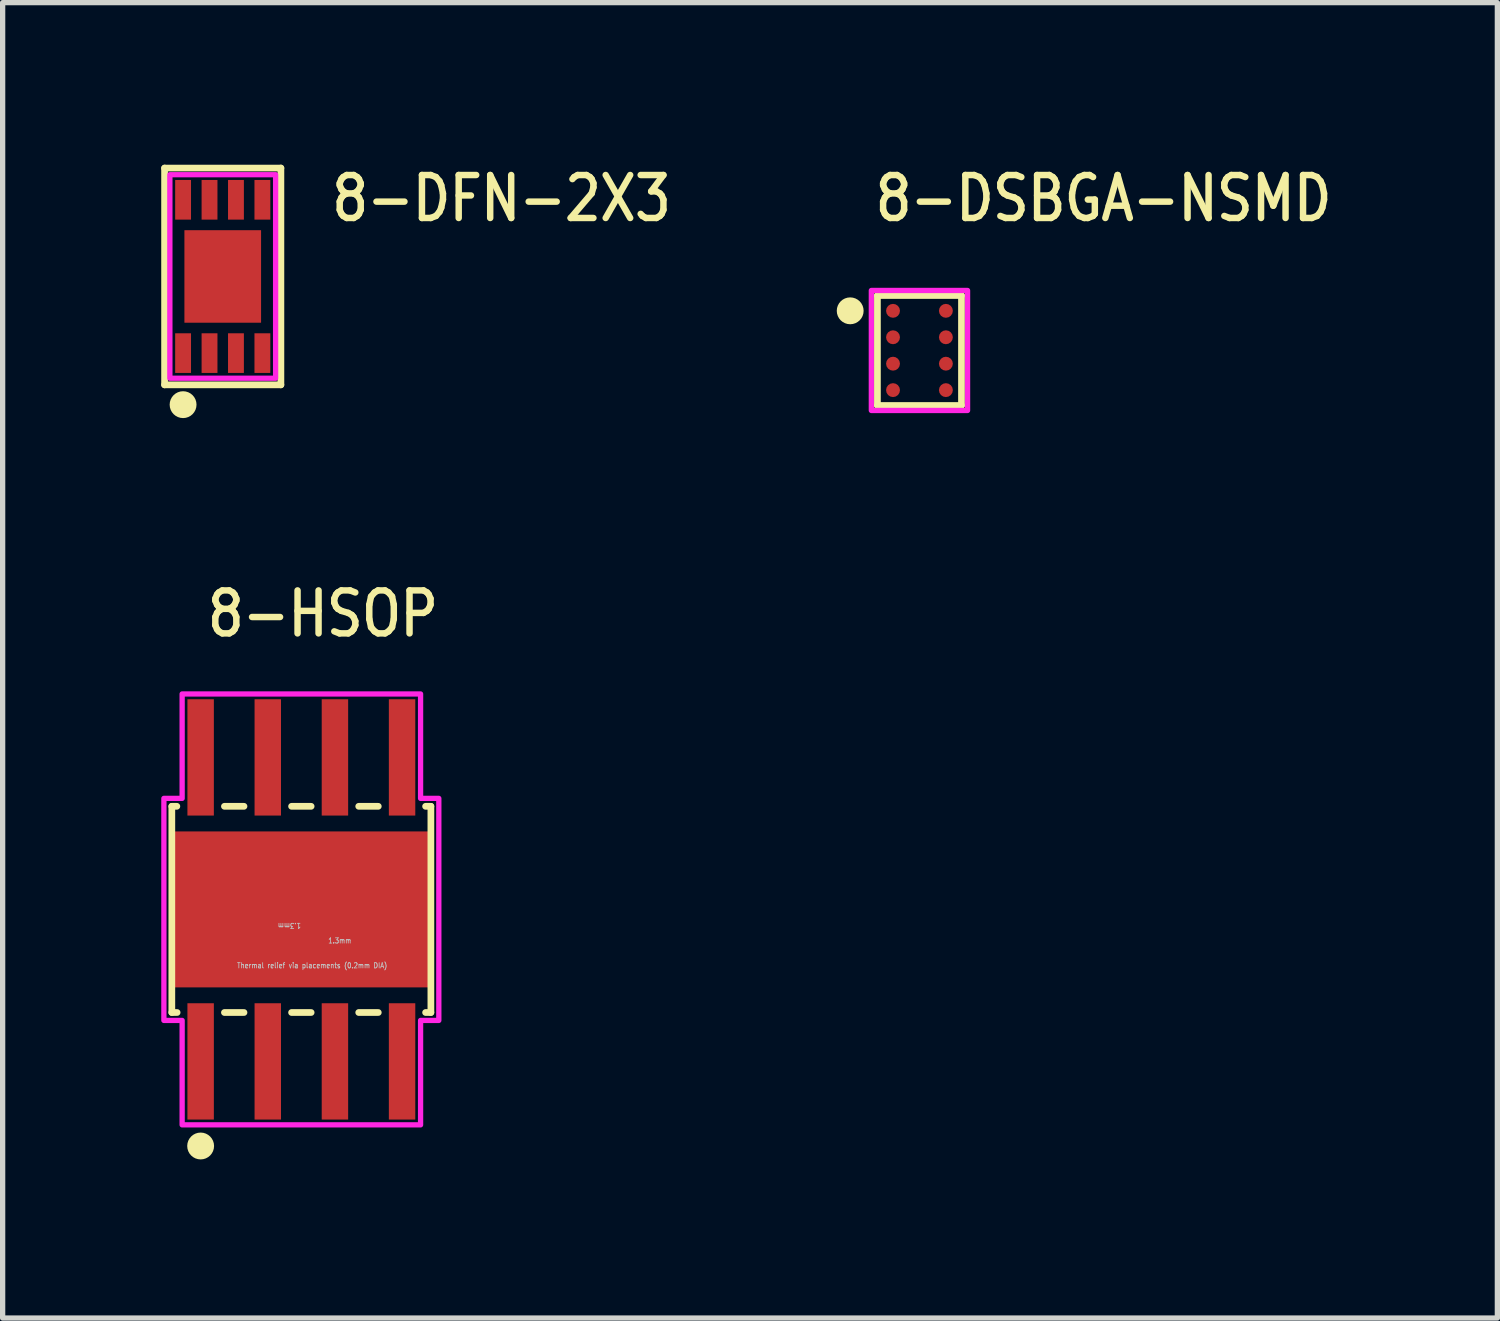
<source format=kicad_pcb>
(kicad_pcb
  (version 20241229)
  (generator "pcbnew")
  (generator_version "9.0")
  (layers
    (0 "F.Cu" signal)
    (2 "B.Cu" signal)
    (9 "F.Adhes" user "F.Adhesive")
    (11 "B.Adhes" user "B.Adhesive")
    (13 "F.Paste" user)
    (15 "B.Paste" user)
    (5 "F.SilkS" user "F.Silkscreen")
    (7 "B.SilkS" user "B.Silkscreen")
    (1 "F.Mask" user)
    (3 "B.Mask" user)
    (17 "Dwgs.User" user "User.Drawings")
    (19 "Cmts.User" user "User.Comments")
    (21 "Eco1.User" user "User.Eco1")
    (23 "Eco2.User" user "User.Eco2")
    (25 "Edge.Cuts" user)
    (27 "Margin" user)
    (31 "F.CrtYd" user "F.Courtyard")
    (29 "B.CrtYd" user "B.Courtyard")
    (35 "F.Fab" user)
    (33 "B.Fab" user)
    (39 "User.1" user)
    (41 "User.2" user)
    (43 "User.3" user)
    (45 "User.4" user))
  (footprint "8-DFN-2X3"
    (layer "F.Cu")
    (at 1.163 2.179)
    (property "Reference" "8-DFN-2X3" (at 2 -1 0) (unlocked yes) (layer "F.SilkS") (effects (font (size 0.813 0.695) (thickness 0.122)) (justify left bottom)))
    (fp_line (start -1.1 -2.05) (end 1.1 -2.05) (stroke (width 0.127) (type solid)) (layer "F.SilkS"))
    (fp_line (start -1.1 2.05) (end -1.1 -2.05) (stroke (width 0.127) (type solid)) (layer "F.SilkS"))
    (fp_line (start 1.1 -2.05) (end 1.1 2.05) (stroke (width 0.127) (type solid)) (layer "F.SilkS"))
    (fp_line (start 1.1 2.05) (end -1.1 2.05) (stroke (width 0.127) (type solid)) (layer "F.SilkS"))
    (fp_circle (center -0.75 2.425) (end -0.496 2.425) (stroke (width 0) (type solid)) (fill yes) (layer "F.SilkS"))
    (fp_poly (pts (xy -1 -1.925) (xy 1 -1.925) (xy 1 1.925) (xy -1 1.925)) (stroke (width 0.1) (type solid)) (fill no) (layer "F.CrtYd"))
    (pad "1" smd rect (at -0.75 1.45) (size 0.3 0.75) (layers "F.Cu" "F.Mask" "F.Paste"))
    (pad "2" smd rect (at -0.25 1.45) (size 0.3 0.75) (layers "F.Cu" "F.Mask" "F.Paste"))
    (pad "3" smd rect (at 0.25 1.45) (size 0.3 0.75) (layers "F.Cu" "F.Mask" "F.Paste"))
    (pad "4" smd rect (at 0.75 1.45) (size 0.3 0.75) (layers "F.Cu" "F.Mask" "F.Paste"))
    (pad "5" smd rect (at 0.75 -1.45) (size 0.3 0.75) (layers "F.Cu" "F.Mask" "F.Paste"))
    (pad "6" smd rect (at 0.25 -1.45) (size 0.3 0.75) (layers "F.Cu" "F.Mask" "F.Paste"))
    (pad "7" smd rect (at -0.25 -1.45) (size 0.3 0.75) (layers "F.Cu" "F.Mask" "F.Paste"))
    (pad "8" smd rect (at -0.75 -1.45) (size 0.3 0.75) (layers "F.Cu" "F.Mask" "F.Paste"))
    (pad "9" smd rect (at 0 0) (size 1.45 1.75) (layers "F.Cu" "F.Mask" "F.Paste")))
  (footprint "8-DSBGA-NSMD"
    (layer "F.Cu")
    (at 14.341 3.579)
    (property "Reference" "8-DSBGA-NSMD" (at -0.9 -2.4 0) (unlocked yes) (layer "F.SilkS") (effects (font (size 0.813 0.695) (thickness 0.122)) (justify left bottom)))
    (fp_circle (center -0.5 -0.75) (end -0.319 -0.75) (stroke (width 0) (type solid)) (fill yes) (layer "F.Mask"))
    (fp_circle (center -0.5 -0.25) (end -0.319 -0.25) (stroke (width 0) (type solid)) (fill yes) (layer "F.Mask"))
    (fp_circle (center -0.5 0.25) (end -0.319 0.25) (stroke (width 0) (type solid)) (fill yes) (layer "F.Mask"))
    (fp_circle (center -0.5 0.75) (end -0.319 0.75) (stroke (width 0) (type solid)) (fill yes) (layer "F.Mask"))
    (fp_circle (center 0.5 -0.75) (end 0.681 -0.75) (stroke (width 0) (type solid)) (fill yes) (layer "F.Mask"))
    (fp_circle (center 0.5 -0.25) (end 0.681 -0.25) (stroke (width 0) (type solid)) (fill yes) (layer "F.Mask"))
    (fp_circle (center 0.5 0.25) (end 0.681 0.25) (stroke (width 0) (type solid)) (fill yes) (layer "F.Mask"))
    (fp_circle (center 0.5 0.75) (end 0.681 0.75) (stroke (width 0) (type solid)) (fill yes) (layer "F.Mask"))
    (fp_line (start -0.795 -1.04) (end -0.795 1.04) (stroke (width 0.127) (type solid)) (layer "F.SilkS"))
    (fp_line (start -0.795 -1.04) (end 0.795 -1.04) (stroke (width 0.127) (type solid)) (layer "F.SilkS"))
    (fp_line (start -0.795 1.04) (end 0.795 1.04) (stroke (width 0.127) (type solid)) (layer "F.SilkS"))
    (fp_line (start 0.795 -1.04) (end 0.795 1.04) (stroke (width 0.127) (type solid)) (layer "F.SilkS"))
    (fp_circle (center -1.31 -0.75) (end -1.056 -0.75) (stroke (width 0) (type solid)) (fill yes) (layer "F.SilkS"))
    (fp_circle (center -0.5 -0.75) (end -0.375 -0.75) (stroke (width 0) (type solid)) (fill yes) (layer "F.Paste"))
    (fp_circle (center -0.5 -0.25) (end -0.375 -0.25) (stroke (width 0) (type solid)) (fill yes) (layer "F.Paste"))
    (fp_circle (center -0.5 0.25) (end -0.375 0.25) (stroke (width 0) (type solid)) (fill yes) (layer "F.Paste"))
    (fp_circle (center -0.5 0.75) (end -0.375 0.75) (stroke (width 0) (type solid)) (fill yes) (layer "F.Paste"))
    (fp_circle (center 0.5 -0.75) (end 0.625 -0.75) (stroke (width 0) (type solid)) (fill yes) (layer "F.Paste"))
    (fp_circle (center 0.5 -0.25) (end 0.625 -0.25) (stroke (width 0) (type solid)) (fill yes) (layer "F.Paste"))
    (fp_circle (center 0.5 0.25) (end 0.625 0.25) (stroke (width 0) (type solid)) (fill yes) (layer "F.Paste"))
    (fp_circle (center 0.5 0.75) (end 0.625 0.75) (stroke (width 0) (type solid)) (fill yes) (layer "F.Paste"))
    (fp_poly (pts (xy -0.91 -1.135) (xy 0.91 -1.135) (xy 0.91 1.135) (xy -0.91 1.135)) (stroke (width 0.1) (type solid)) (fill no) (layer "F.CrtYd"))
    (pad "P_A1" smd roundrect (at -0.5 -0.75) (size 0.263 0.263) (layers "F.Cu") (roundrect_rratio 0.5))
    (pad "P_A2" smd roundrect (at 0.5 -0.75) (size 0.263 0.263) (layers "F.Cu") (roundrect_rratio 0.5))
    (pad "P_B1" smd roundrect (at -0.5 -0.25) (size 0.263 0.263) (layers "F.Cu") (roundrect_rratio 0.5))
    (pad "P_B2" smd roundrect (at 0.5 -0.25) (size 0.263 0.263) (layers "F.Cu") (roundrect_rratio 0.5))
    (pad "P_C1" smd roundrect (at -0.5 0.25) (size 0.263 0.263) (layers "F.Cu") (roundrect_rratio 0.5))
    (pad "P_C2" smd roundrect (at 0.5 0.25) (size 0.263 0.263) (layers "F.Cu") (roundrect_rratio 0.5))
    (pad "P_D1" smd roundrect (at -0.5 0.75) (size 0.263 0.263) (layers "F.Cu") (roundrect_rratio 0.5))
    (pad "P_D2" smd roundrect (at 0.5 0.75) (size 0.263 0.263) (layers "F.Cu") (roundrect_rratio 0.5)))
  (footprint "8-HSOP"
    (layer "F.Cu")
    (at 2.65 14.151)
    (property "Reference" "8-HSOP" (at -1.84 -5.115 0) (unlocked yes) (layer "F.SilkS") (effects (font (size 0.813 0.695) (thickness 0.122)) (justify left bottom)))
    (fp_poly (pts (xy -1.55 -1.2) (xy -1.55 1.2) (xy 1.55 1.2) (xy 1.55 -1.2)) (stroke (width 0) (type solid)) (fill yes) (layer "F.Mask"))
    (fp_line (start -2.45 -1.95) (end -2.45 1.95) (stroke (width 0.127) (type solid)) (layer "F.SilkS"))
    (fp_line (start -2.45 -1.95) (end -2.355 -1.95) (stroke (width 0.127) (type solid)) (layer "F.SilkS"))
    (fp_line (start -2.45 1.95) (end -2.35 1.95) (stroke (width 0.127) (type solid)) (layer "F.SilkS"))
    (fp_line (start -1.455 -1.95) (end -1.085 -1.95) (stroke (width 0.127) (type solid)) (layer "F.SilkS"))
    (fp_line (start -1.455 1.95) (end -1.085 1.95) (stroke (width 0.127) (type solid)) (layer "F.SilkS"))
    (fp_line (start -0.185 -1.95) (end 0.185 -1.95) (stroke (width 0.127) (type solid)) (layer "F.SilkS"))
    (fp_line (start -0.185 1.95) (end 0.185 1.95) (stroke (width 0.127) (type solid)) (layer "F.SilkS"))
    (fp_line (start 1.085 -1.95) (end 1.455 -1.95) (stroke (width 0.127) (type solid)) (layer "F.SilkS"))
    (fp_line (start 1.085 1.95) (end 1.455 1.95) (stroke (width 0.127) (type solid)) (layer "F.SilkS"))
    (fp_line (start 2.35 -1.95) (end 2.45 -1.95) (stroke (width 0.127) (type solid)) (layer "F.SilkS"))
    (fp_line (start 2.45 -1.95) (end 2.45 1.95) (stroke (width 0.127) (type solid)) (layer "F.SilkS"))
    (fp_line (start 2.45 1.95) (end 2.35 1.95) (stroke (width 0.127) (type solid)) (layer "F.SilkS"))
    (fp_circle (center -1.905 4.475) (end -1.651 4.475) (stroke (width 0) (type solid)) (fill yes) (layer "F.SilkS"))
    (fp_poly (pts (xy -1.65 -1.3) (xy -1.65 1.3) (xy 1.65 1.3) (xy 1.65 -1.3)) (stroke (width 0) (type solid)) (fill yes) (layer "F.Paste"))
    (fp_line (start 0 -0.65) (end -0.15 -0.5) (stroke (width 0.000009) (type solid)) (layer "Dwgs.User"))
    (fp_line (start 0 -0.65) (end 0.15 -0.5) (stroke (width 0.000009) (type solid)) (layer "Dwgs.User"))
    (fp_line (start 0 0.65) (end -0.15 0.5) (stroke (width 0.000009) (type solid)) (layer "Dwgs.User"))
    (fp_line (start 0 0.65) (end 0 -0.65) (stroke (width 0.000009) (type solid)) (layer "Dwgs.User"))
    (fp_line (start 0 0.65) (end 0.15 0.5) (stroke (width 0.000009) (type solid)) (layer "Dwgs.User"))
    (fp_line (start 0 0.65) (end 0.15 0.8) (stroke (width 0.000009) (type solid)) (layer "Dwgs.User"))
    (fp_line (start 0 0.65) (end 1.3 0.65) (stroke (width 0.000009) (type solid)) (layer "Dwgs.User"))
    (fp_line (start 1.3 0.65) (end 1.15 0.5) (stroke (width 0.000009) (type solid)) (layer "Dwgs.User"))
    (fp_line (start 1.3 0.65) (end 1.15 0.8) (stroke (width 0.000009) (type solid)) (layer "Dwgs.User"))
    (fp_circle (center -1.3 -0.65) (end -1.1 -0.65) (stroke (width 0.000009) (type solid)) (fill no) (layer "Dwgs.User"))
    (fp_circle (center -1.3 0.65) (end -1.1 0.65) (stroke (width 0.000009) (type solid)) (fill no) (layer "Dwgs.User"))
    (fp_circle (center 0 -0.65) (end 0.2 -0.65) (stroke (width 0.000009) (type solid)) (fill no) (layer "Dwgs.User"))
    (fp_circle (center 0 0.65) (end 0.2 0.65) (stroke (width 0.000009) (type solid)) (fill no) (layer "Dwgs.User"))
    (fp_circle (center 1.3 -0.65) (end 1.5 -0.65) (stroke (width 0.000009) (type solid)) (fill no) (layer "Dwgs.User"))
    (fp_circle (center 1.3 0.65) (end 1.5 0.65) (stroke (width 0.000009) (type solid)) (fill no) (layer "Dwgs.User"))
    (fp_poly (pts (xy -2.6 2.1) (xy -2.255 2.1) (xy -2.255 4.075) (xy 2.255 4.075) (xy 2.255 2.1) (xy 2.6 2.1) (xy 2.6 -2.1) (xy 2.255 -2.1) (xy 2.255 -4.075) (xy -2.255 -4.075) (xy -2.255 -2.1) (xy -2.6 -2.1)) (stroke (width 0.1) (type solid)) (fill no) (layer "F.CrtYd"))
    (fp_text user "1.3mm" (at 0.5 0.65 0) (unlocked yes) (layer "Dwgs.User") (effects (font (size 0.1 0.086) (thickness 0.015)) (justify left bottom)))
    (fp_text user "Thermal relief via placements (0.2mm DIA)" (at -1.225 1.12 0) (unlocked yes) (layer "Dwgs.User") (effects (font (size 0.1 0.086) (thickness 0.015)) (justify left bottom)))
    (fp_text user "1.3mm" (at 0 0.25 180) (unlocked yes) (layer "Dwgs.User") (effects (font (size 0.1 0.086) (thickness 0.015)) (justify left bottom)))
    (pad "1" smd rect (at -1.905 2.875) (size 0.5 2.2) (layers "F.Cu" "F.Mask" "F.Paste"))
    (pad "2" smd rect (at -0.635 2.875) (size 0.5 2.2) (layers "F.Cu" "F.Mask" "F.Paste"))
    (pad "3" smd rect (at 0.635 2.875) (size 0.5 2.2) (layers "F.Cu" "F.Mask" "F.Paste"))
    (pad "4" smd rect (at 1.905 2.875) (size 0.5 2.2) (layers "F.Cu" "F.Mask" "F.Paste"))
    (pad "5" smd rect (at 1.905 -2.875) (size 0.5 2.2) (layers "F.Cu" "F.Mask" "F.Paste"))
    (pad "6" smd rect (at 0.635 -2.875) (size 0.5 2.2) (layers "F.Cu" "F.Mask" "F.Paste"))
    (pad "7" smd rect (at -0.635 -2.875) (size 0.5 2.2) (layers "F.Cu" "F.Mask" "F.Paste"))
    (pad "8" smd rect (at -1.905 -2.875) (size 0.5 2.2) (layers "F.Cu" "F.Mask" "F.Paste"))
    (pad "9" smd rect (at 0 0) (size 4.9 2.95) (layers "F.Cu")))
  (gr_rect
    (start -3 -3)
    (end 25.272 21.88)
    (stroke (width 0.1) (type default))
    (fill no)
    (layer "Edge.Cuts")))
</source>
